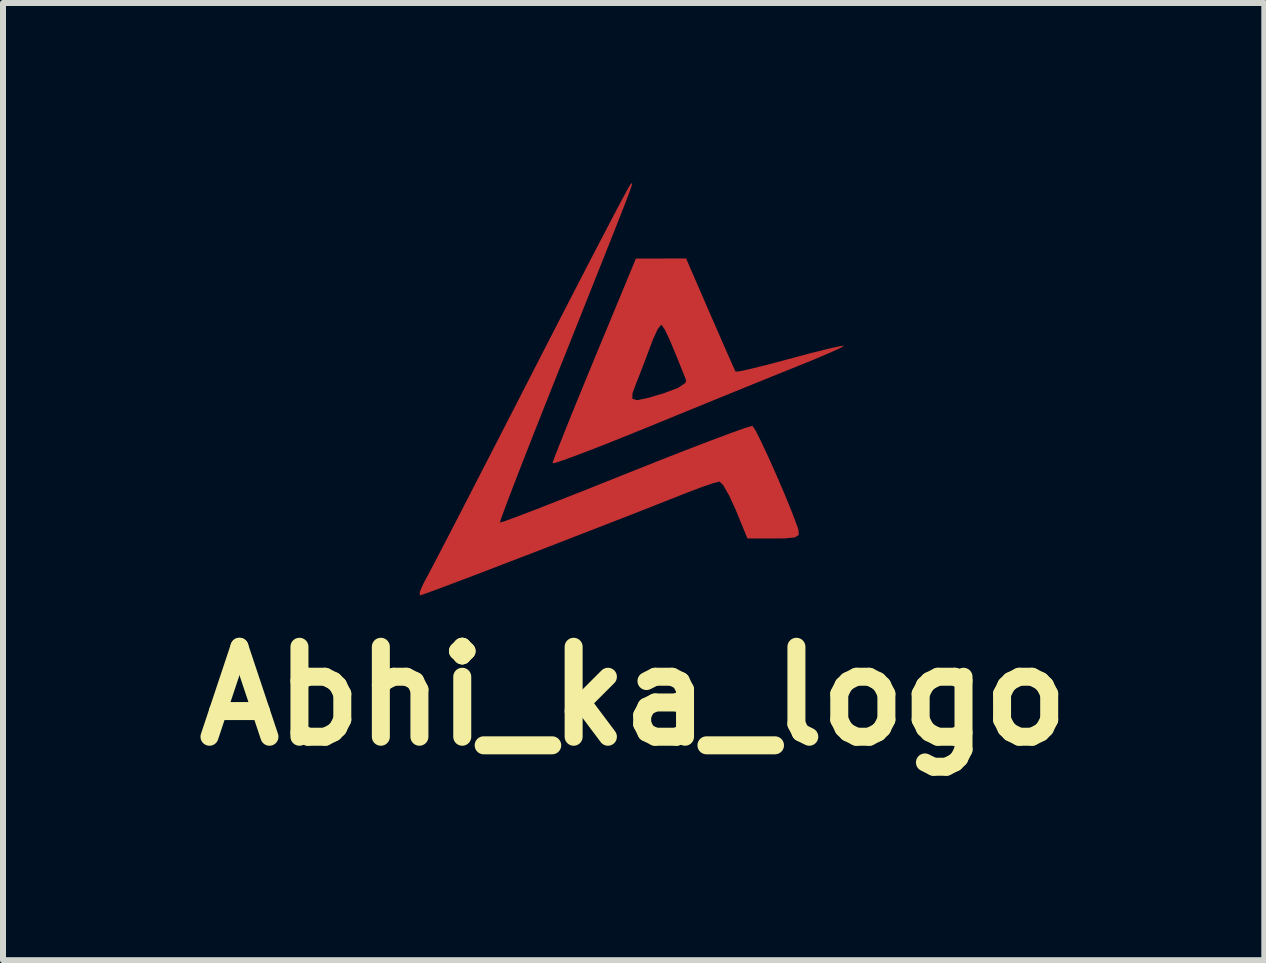
<source format=kicad_pcb>
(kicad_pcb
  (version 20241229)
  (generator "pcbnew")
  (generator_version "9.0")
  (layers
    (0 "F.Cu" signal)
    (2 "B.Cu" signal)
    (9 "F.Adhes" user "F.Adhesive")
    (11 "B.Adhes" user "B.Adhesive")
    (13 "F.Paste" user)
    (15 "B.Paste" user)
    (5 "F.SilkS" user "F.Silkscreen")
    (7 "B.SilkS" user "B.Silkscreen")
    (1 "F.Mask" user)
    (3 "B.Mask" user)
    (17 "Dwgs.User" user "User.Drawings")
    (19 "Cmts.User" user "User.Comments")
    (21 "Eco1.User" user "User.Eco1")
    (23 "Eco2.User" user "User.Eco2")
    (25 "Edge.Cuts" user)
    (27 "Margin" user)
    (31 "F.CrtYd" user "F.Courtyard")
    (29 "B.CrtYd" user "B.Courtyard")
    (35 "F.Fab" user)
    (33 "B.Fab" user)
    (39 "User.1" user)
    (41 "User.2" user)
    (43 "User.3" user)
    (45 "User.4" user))
  (footprint "Abhi_ka_logo"
    (layer "F.Cu")
    (at 7.514 3.475)
    (property "Reference" "Abhi_ka_logo" (at 0 5.08 0) (layer "F.SilkS") (effects (font (size 1.5 1.5) (thickness 0.3))))
    (attr board_only exclude_from_pos_files exclude_from_bom)
    (fp_poly (pts (xy 1.278 -1.286) (xy 1.431 -0.936) (xy 1.56 -0.641) (xy 1.653 -0.431) (xy 1.698 -0.332) (xy 1.7 -0.328) (xy 1.775 -0.336) (xy 1.967 -0.379) (xy 2.247 -0.448) (xy 2.586 -0.539) (xy 2.603 -0.543) (xy 2.944 -0.635) (xy 3.228 -0.706) (xy 3.426 -0.751) (xy 3.509 -0.762) (xy 3.51 -0.762) (xy 3.453 -0.727) (xy 3.282 -0.648) (xy 3.025 -0.538) (xy 2.724 -0.416) (xy 2.408 -0.289) (xy 1.987 -0.118) (xy 1.495 0.082) (xy 0.966 0.298) (xy 0.435 0.515) (xy 0.282 0.578) (xy -0.179 0.765) (xy -0.59 0.928) (xy -0.931 1.059) (xy -1.183 1.151) (xy -1.327 1.197) (xy -1.353 1.198) (xy -1.324 1.114) (xy -1.243 0.906) (xy -1.119 0.595) (xy -0.96 0.202) (xy -0.928 0.124) (xy -0.021 0.124) (xy 0.06 0.147) (xy 0.245 0.108) (xy 0.501 0.032) (xy 0.739 -0.057) (xy 0.864 -0.141) (xy 0.876 -0.185) (xy 0.714 -0.589) (xy 0.599 -0.863) (xy 0.521 -1.028) (xy 0.472 -1.1) (xy 0.457 -1.108) (xy 0.404 -1.041) (xy 0.325 -0.872) (xy 0.287 -0.771) (xy 0.178 -0.481) (xy 0.065 -0.19) (xy 0.044 -0.138) (xy -0.019 0.032) (xy -0.021 0.124) (xy -0.928 0.124) (xy -0.774 -0.252) (xy -0.658 -0.533) (xy 0.038 -2.214) (xy 0.456 -2.215) (xy 0.875 -2.216)) (stroke (width 0) (type solid)) (fill yes) (layer "F.Cu"))
    (fp_poly (pts (xy -0.025 -3.458) (xy -0.041 -3.403) (xy -0.08 -3.295) (xy -0.145 -3.123) (xy -0.242 -2.875) (xy -0.376 -2.537) (xy -0.551 -2.097) (xy -0.772 -1.542) (xy -1.043 -0.861) (xy -1.195 -0.48) (xy -1.436 0.126) (xy -1.657 0.684) (xy -1.851 1.179) (xy -2.011 1.593) (xy -2.132 1.91) (xy -2.207 2.114) (xy -2.23 2.188) (xy -2.157 2.167) (xy -1.962 2.095) (xy -1.661 1.981) (xy -1.273 1.829) (xy -0.815 1.649) (xy -0.304 1.445) (xy -0.147 1.382) (xy 0.378 1.173) (xy 0.859 0.984) (xy 1.277 0.824) (xy 1.613 0.698) (xy 1.851 0.613) (xy 1.972 0.577) (xy 1.982 0.577) (xy 2.033 0.652) (xy 2.127 0.839) (xy 2.25 1.103) (xy 2.387 1.41) (xy 2.522 1.725) (xy 2.64 2.014) (xy 2.726 2.243) (xy 2.749 2.314) (xy 2.754 2.392) (xy 2.692 2.434) (xy 2.53 2.451) (xy 2.344 2.453) (xy 1.898 2.453) (xy 1.703 1.978) (xy 1.592 1.736) (xy 1.494 1.564) (xy 1.432 1.503) (xy 1.328 1.53) (xy 1.127 1.599) (xy 0.869 1.697) (xy 0.847 1.706) (xy 0.44 1.867) (xy -0.025 2.05) (xy -0.527 2.245) (xy -1.047 2.447) (xy -1.566 2.648) (xy -2.064 2.839) (xy -2.521 3.015) (xy -2.919 3.166) (xy -3.238 3.286) (xy -3.458 3.367) (xy -3.56 3.402) (xy -3.564 3.402) (xy -3.566 3.344) (xy -3.501 3.197) (xy -3.473 3.145) (xy -3.407 3.023) (xy -3.278 2.777) (xy -3.094 2.423) (xy -2.863 1.976) (xy -2.593 1.451) (xy -2.291 0.864) (xy -1.966 0.232) (xy -1.726 -0.237) (xy -1.393 -0.886) (xy -1.081 -1.492) (xy -0.797 -2.043) (xy -0.548 -2.522) (xy -0.342 -2.916) (xy -0.187 -3.21) (xy -0.089 -3.39) (xy -0.058 -3.442) (xy -0.038 -3.466) (xy -0.025 -3.475)) (stroke (width 0) (type solid)) (fill yes) (layer "F.Cu")))
  (gr_rect
    (start -3 -3)
    (end 18.029 12.959)
    (stroke (width 0.1) (type default))
    (fill no)
    (layer "Edge.Cuts")))
</source>
